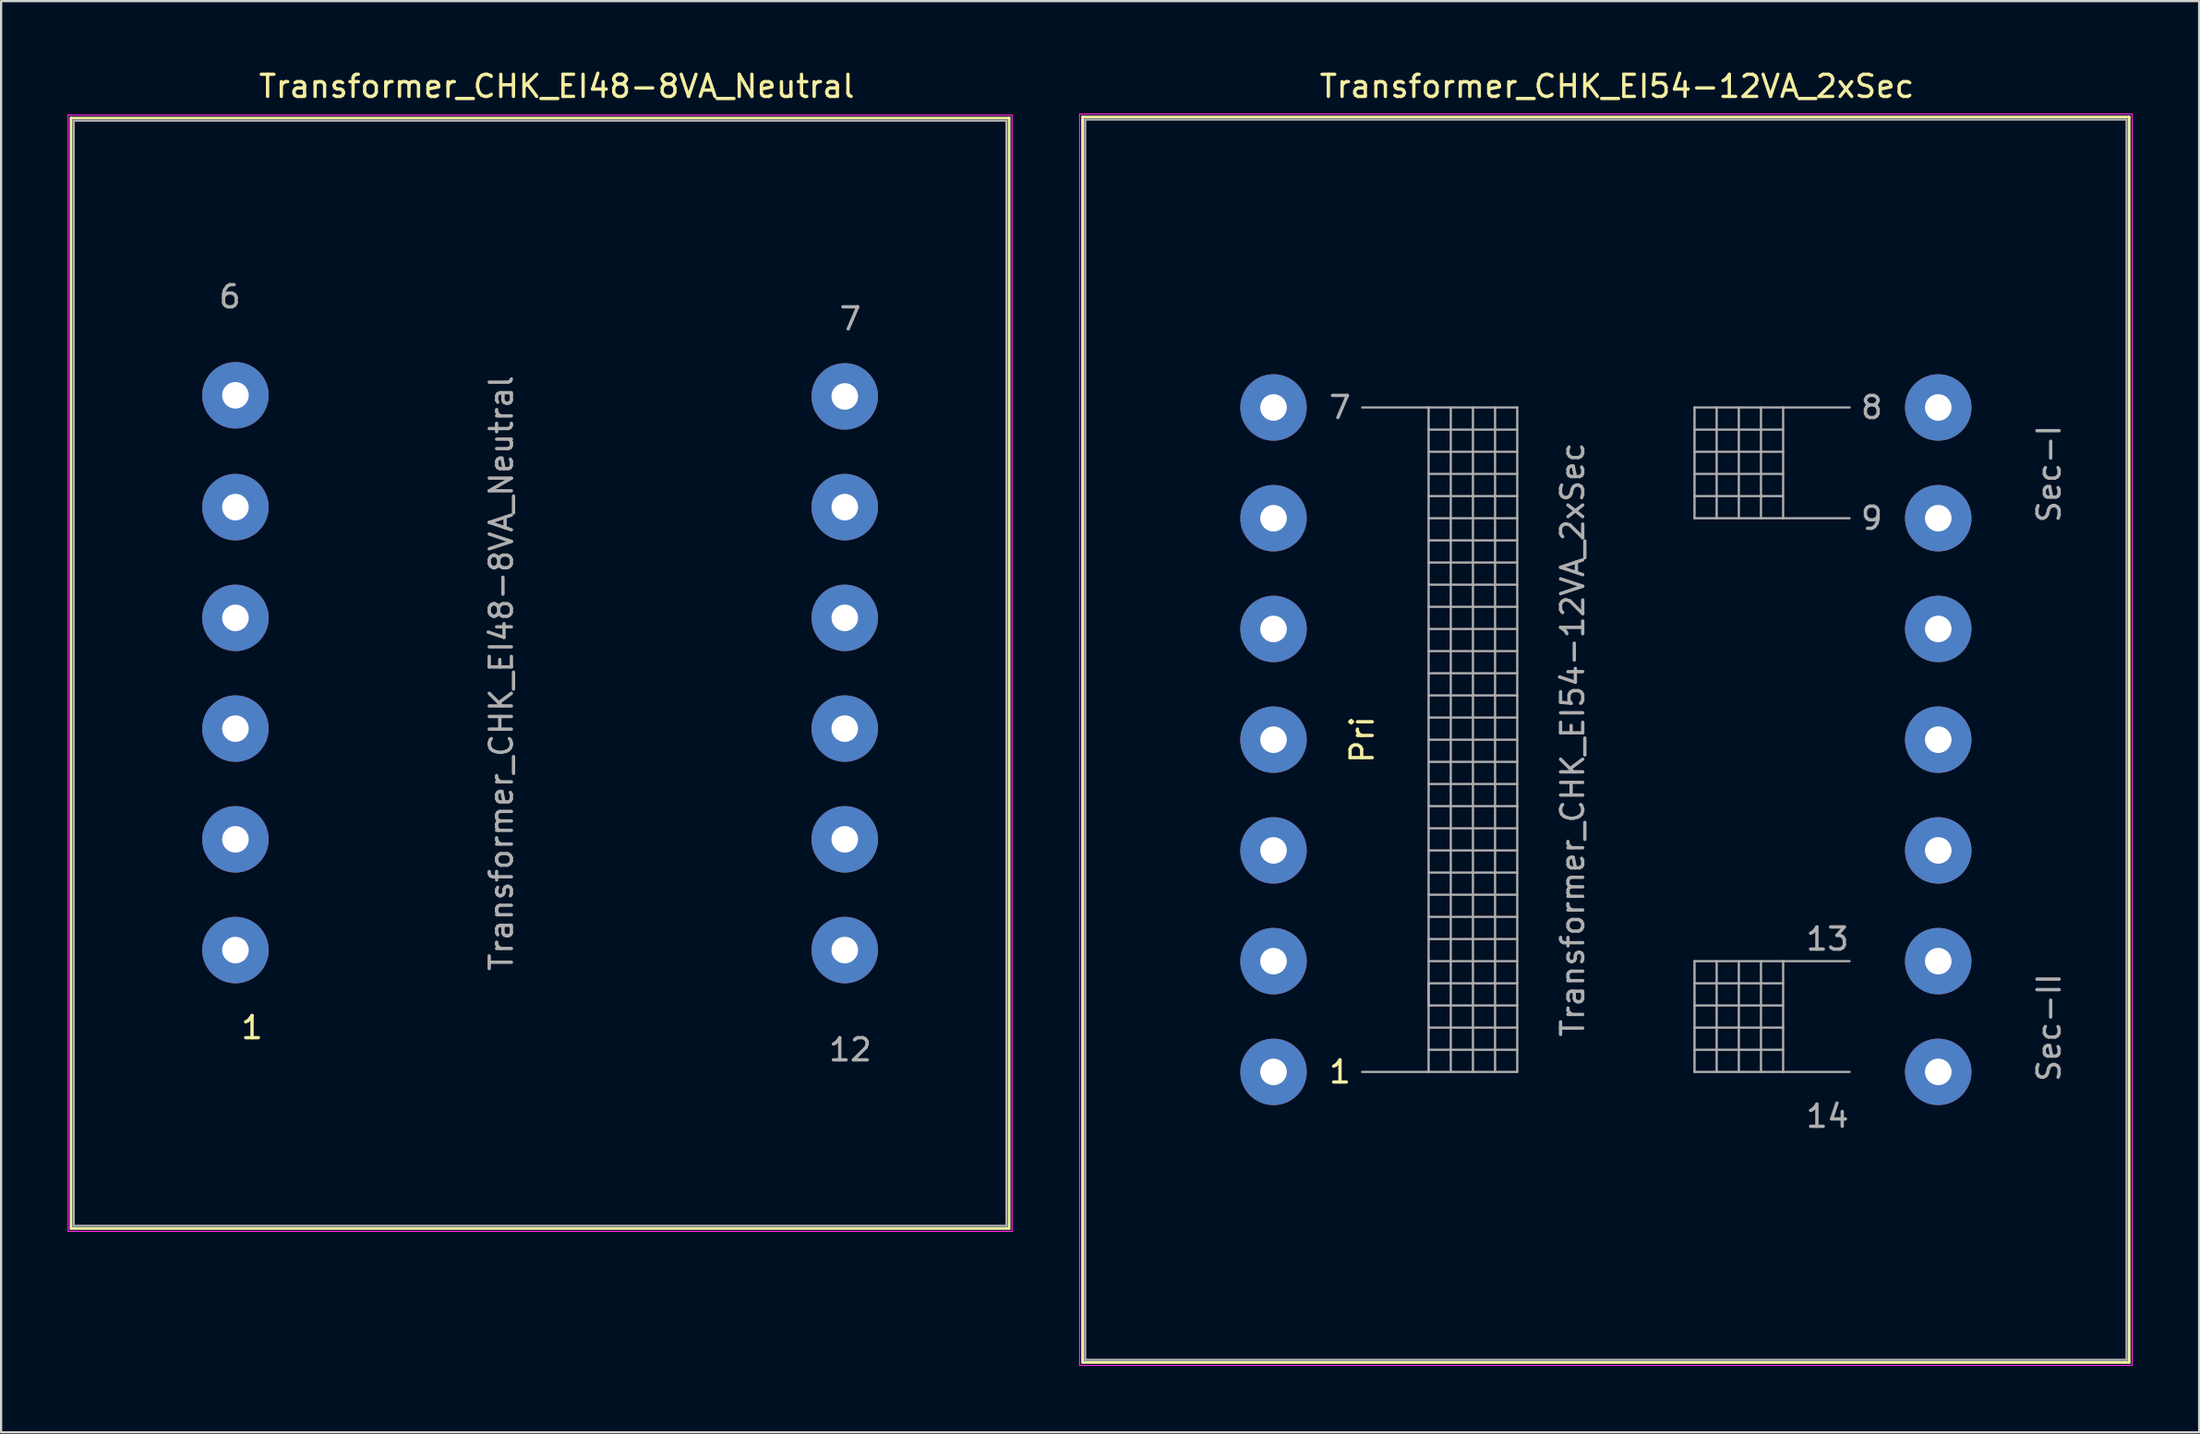
<source format=kicad_pcb>
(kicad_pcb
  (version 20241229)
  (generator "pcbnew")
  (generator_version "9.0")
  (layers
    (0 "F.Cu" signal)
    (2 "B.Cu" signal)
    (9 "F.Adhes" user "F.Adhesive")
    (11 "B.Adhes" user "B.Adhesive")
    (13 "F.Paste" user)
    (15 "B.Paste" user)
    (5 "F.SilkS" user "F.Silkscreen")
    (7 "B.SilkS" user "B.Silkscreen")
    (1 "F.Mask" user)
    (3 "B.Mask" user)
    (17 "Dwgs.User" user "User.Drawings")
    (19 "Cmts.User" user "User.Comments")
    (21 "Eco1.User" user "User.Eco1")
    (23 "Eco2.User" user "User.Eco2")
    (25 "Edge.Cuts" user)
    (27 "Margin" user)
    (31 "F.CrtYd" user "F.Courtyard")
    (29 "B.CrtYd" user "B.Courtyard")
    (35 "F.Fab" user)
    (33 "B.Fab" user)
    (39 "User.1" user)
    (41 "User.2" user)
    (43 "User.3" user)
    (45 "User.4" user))
  (footprint "Transformer_CHK_EI54-12VA_2xSec"
    (layer "F.Cu")
    (at 54.425 45.348)
    (property "Reference" "Transformer_CHK_EI54-12VA_2xSec" (at 15.5 -44.5 0) (layer "F.SilkS") (effects (font (size 1 1) (thickness 0.15))))
    (attr through_hole)
    (fp_line (start -8.62 -43.12) (end -8.62 13.12) (stroke (width 0.12) (type solid)) (layer "F.SilkS"))
    (fp_line (start -8.62 -43.12) (end 38.62 -43.12) (stroke (width 0.12) (type solid)) (layer "F.SilkS"))
    (fp_line (start 38.62 13.12) (end -8.62 13.12) (stroke (width 0.12) (type solid)) (layer "F.SilkS"))
    (fp_line (start 38.62 13.12) (end 38.62 -43.12) (stroke (width 0.12) (type solid)) (layer "F.SilkS"))
    (fp_line (start -8.75 -43.25) (end -8.75 13.25) (stroke (width 0.05) (type solid)) (layer "F.CrtYd"))
    (fp_line (start -8.75 -43.25) (end 38.75 -43.25) (stroke (width 0.05) (type solid)) (layer "F.CrtYd"))
    (fp_line (start 38.75 13.25) (end -8.75 13.25) (stroke (width 0.05) (type solid)) (layer "F.CrtYd"))
    (fp_line (start 38.75 13.25) (end 38.75 -43.25) (stroke (width 0.05) (type solid)) (layer "F.CrtYd"))
    (fp_line (start -8.5 -43) (end -8.5 13) (stroke (width 0.1) (type solid)) (layer "F.Fab"))
    (fp_line (start -8.5 13) (end 38.5 13) (stroke (width 0.1) (type solid)) (layer "F.Fab"))
    (fp_line (start 4 -30) (end 7 -30) (stroke (width 0.1) (type solid)) (layer "F.Fab"))
    (fp_line (start 7 -30) (end 7 0) (stroke (width 0.1) (type solid)) (layer "F.Fab"))
    (fp_line (start 7 -30) (end 11 -30) (stroke (width 0.1) (type solid)) (layer "F.Fab"))
    (fp_line (start 7 -29) (end 11 -29) (stroke (width 0.1) (type solid)) (layer "F.Fab"))
    (fp_line (start 7 -27) (end 11 -27) (stroke (width 0.1) (type solid)) (layer "F.Fab"))
    (fp_line (start 7 -25) (end 11 -25) (stroke (width 0.1) (type solid)) (layer "F.Fab"))
    (fp_line (start 7 -23) (end 11 -23) (stroke (width 0.1) (type solid)) (layer "F.Fab"))
    (fp_line (start 7 -21) (end 11 -21) (stroke (width 0.1) (type solid)) (layer "F.Fab"))
    (fp_line (start 7 -19) (end 11 -19) (stroke (width 0.1) (type solid)) (layer "F.Fab"))
    (fp_line (start 7 -17) (end 11 -17) (stroke (width 0.1) (type solid)) (layer "F.Fab"))
    (fp_line (start 7 -15) (end 11 -15) (stroke (width 0.1) (type solid)) (layer "F.Fab"))
    (fp_line (start 7 -13) (end 11 -13) (stroke (width 0.1) (type solid)) (layer "F.Fab"))
    (fp_line (start 7 -11) (end 11 -11) (stroke (width 0.1) (type solid)) (layer "F.Fab"))
    (fp_line (start 7 -9) (end 11 -9) (stroke (width 0.1) (type solid)) (layer "F.Fab"))
    (fp_line (start 7 -7) (end 11 -7) (stroke (width 0.1) (type solid)) (layer "F.Fab"))
    (fp_line (start 7 -5) (end 11 -5) (stroke (width 0.1) (type solid)) (layer "F.Fab"))
    (fp_line (start 7 -4) (end 7 -3) (stroke (width 0.1) (type solid)) (layer "F.Fab"))
    (fp_line (start 7 -3) (end 11 -3) (stroke (width 0.1) (type solid)) (layer "F.Fab"))
    (fp_line (start 7 -1) (end 11 -1) (stroke (width 0.1) (type solid)) (layer "F.Fab"))
    (fp_line (start 7 0) (end 4 0) (stroke (width 0.1) (type solid)) (layer "F.Fab"))
    (fp_line (start 8 -30) (end 8 0) (stroke (width 0.1) (type solid)) (layer "F.Fab"))
    (fp_line (start 9 -30) (end 9 0) (stroke (width 0.1) (type solid)) (layer "F.Fab"))
    (fp_line (start 10 -12) (end 7 -12) (stroke (width 0.1) (type solid)) (layer "F.Fab"))
    (fp_line (start 10 -12) (end 11 -12) (stroke (width 0.1) (type solid)) (layer "F.Fab"))
    (fp_line (start 10 0) (end 10 -30) (stroke (width 0.1) (type solid)) (layer "F.Fab"))
    (fp_line (start 11 -30) (end 11 0) (stroke (width 0.1) (type solid)) (layer "F.Fab"))
    (fp_line (start 11 -28) (end 7 -28) (stroke (width 0.1) (type solid)) (layer "F.Fab"))
    (fp_line (start 11 -26) (end 7 -26) (stroke (width 0.1) (type solid)) (layer "F.Fab"))
    (fp_line (start 11 -24) (end 7 -24) (stroke (width 0.1) (type solid)) (layer "F.Fab"))
    (fp_line (start 11 -22) (end 7 -22) (stroke (width 0.1) (type solid)) (layer "F.Fab"))
    (fp_line (start 11 -20) (end 7 -20) (stroke (width 0.1) (type solid)) (layer "F.Fab"))
    (fp_line (start 11 -18) (end 7 -18) (stroke (width 0.1) (type solid)) (layer "F.Fab"))
    (fp_line (start 11 -16) (end 7 -16) (stroke (width 0.1) (type solid)) (layer "F.Fab"))
    (fp_line (start 11 -14) (end 7 -14) (stroke (width 0.1) (type solid)) (layer "F.Fab"))
    (fp_line (start 11 -10) (end 7 -10) (stroke (width 0.1) (type solid)) (layer "F.Fab"))
    (fp_line (start 11 -8) (end 7 -8) (stroke (width 0.1) (type solid)) (layer "F.Fab"))
    (fp_line (start 11 -6) (end 7 -6) (stroke (width 0.1) (type solid)) (layer "F.Fab"))
    (fp_line (start 11 -4) (end 7 -4) (stroke (width 0.1) (type solid)) (layer "F.Fab"))
    (fp_line (start 11 -2) (end 7 -2) (stroke (width 0.1) (type solid)) (layer "F.Fab"))
    (fp_line (start 11 0) (end 7 0) (stroke (width 0.1) (type solid)) (layer "F.Fab"))
    (fp_line (start 19 -30) (end 19 -25) (stroke (width 0.1) (type solid)) (layer "F.Fab"))
    (fp_line (start 19 -29) (end 23 -29) (stroke (width 0.1) (type solid)) (layer "F.Fab"))
    (fp_line (start 19 -27) (end 23 -27) (stroke (width 0.1) (type solid)) (layer "F.Fab"))
    (fp_line (start 19 -25) (end 23 -25) (stroke (width 0.1) (type solid)) (layer "F.Fab"))
    (fp_line (start 19 -5) (end 19 0) (stroke (width 0.1) (type solid)) (layer "F.Fab"))
    (fp_line (start 19 -4) (end 23 -4) (stroke (width 0.1) (type solid)) (layer "F.Fab"))
    (fp_line (start 19 -2) (end 23 -2) (stroke (width 0.1) (type solid)) (layer "F.Fab"))
    (fp_line (start 19 0) (end 23 0) (stroke (width 0.1) (type solid)) (layer "F.Fab"))
    (fp_line (start 20 -30) (end 20 -25) (stroke (width 0.1) (type solid)) (layer "F.Fab"))
    (fp_line (start 20 -5) (end 20 0) (stroke (width 0.1) (type solid)) (layer "F.Fab"))
    (fp_line (start 21 -30) (end 21 -25) (stroke (width 0.1) (type solid)) (layer "F.Fab"))
    (fp_line (start 21 -5) (end 21 0) (stroke (width 0.1) (type solid)) (layer "F.Fab"))
    (fp_line (start 22 -30) (end 22 -25) (stroke (width 0.1) (type solid)) (layer "F.Fab"))
    (fp_line (start 22 -5) (end 22 0) (stroke (width 0.1) (type solid)) (layer "F.Fab"))
    (fp_line (start 23 -30) (end 19 -30) (stroke (width 0.1) (type solid)) (layer "F.Fab"))
    (fp_line (start 23 -30) (end 23 -25) (stroke (width 0.1) (type solid)) (layer "F.Fab"))
    (fp_line (start 23 -28) (end 19 -28) (stroke (width 0.1) (type solid)) (layer "F.Fab"))
    (fp_line (start 23 -26) (end 19 -26) (stroke (width 0.1) (type solid)) (layer "F.Fab"))
    (fp_line (start 23 -25) (end 26 -25) (stroke (width 0.1) (type solid)) (layer "F.Fab"))
    (fp_line (start 23 -5) (end 19 -5) (stroke (width 0.1) (type solid)) (layer "F.Fab"))
    (fp_line (start 23 -5) (end 23 0) (stroke (width 0.1) (type solid)) (layer "F.Fab"))
    (fp_line (start 23 -3) (end 19 -3) (stroke (width 0.1) (type solid)) (layer "F.Fab"))
    (fp_line (start 23 -1) (end 19 -1) (stroke (width 0.1) (type solid)) (layer "F.Fab"))
    (fp_line (start 23 0) (end 26 0) (stroke (width 0.1) (type solid)) (layer "F.Fab"))
    (fp_line (start 26 -30) (end 23 -30) (stroke (width 0.1) (type solid)) (layer "F.Fab"))
    (fp_line (start 26 -5) (end 23 -5) (stroke (width 0.1) (type solid)) (layer "F.Fab"))
    (fp_line (start 38.5 -43) (end -8.5 -43) (stroke (width 0.1) (type solid)) (layer "F.Fab"))
    (fp_line (start 38.5 13) (end 38.5 -43) (stroke (width 0.1) (type solid)) (layer "F.Fab"))
    (fp_text user "1" (at 3 0 0) (layer "F.SilkS") (effects (font (size 1 1) (thickness 0.15))))
    (fp_text user "Pri" (at 4 -15 90) (layer "F.SilkS") (effects (font (size 1 1) (thickness 0.15))))
    (fp_text user "9" (at 27 -25 0) (layer "F.Fab") (effects (font (size 1 1) (thickness 0.15))))
    (fp_text user "13" (at 25 -6 0) (layer "F.Fab") (effects (font (size 1 1) (thickness 0.15))))
    (fp_text user "8" (at 27 -30 0) (layer "F.Fab") (effects (font (size 1 1) (thickness 0.15))))
    (fp_text user "7" (at 3 -30 0) (layer "F.Fab") (effects (font (size 1 1) (thickness 0.15))))
    (fp_text user "Sec-II" (at 35 -2 90) (layer "F.Fab") (effects (font (size 1 1) (thickness 0.15))))
    (fp_text user "${REFERENCE}" (at 13.5 -15 90) (layer "F.Fab") (effects (font (size 1 1) (thickness 0.15))))
    (fp_text user "14" (at 25 2 0) (layer "F.Fab") (effects (font (size 1 1) (thickness 0.15))))
    (fp_text user "Sec-I" (at 35 -27 90) (layer "F.Fab") (effects (font (size 1 1) (thickness 0.15))))
    (pad "1" thru_hole circle (at 0 0) (size 3 3) (drill 1.2) (layers "*.Cu" "*.Mask"))
    (pad "2" thru_hole circle (at 0 -5) (size 3 3) (drill 1.2) (layers "*.Cu" "*.Mask"))
    (pad "3" thru_hole circle (at 0 -10) (size 3 3) (drill 1.2) (layers "*.Cu" "*.Mask"))
    (pad "4" thru_hole circle (at 0 -15) (size 3 3) (drill 1.2) (layers "*.Cu" "*.Mask"))
    (pad "5" thru_hole circle (at 0 -20) (size 3 3) (drill 1.2) (layers "*.Cu" "*.Mask"))
    (pad "6" thru_hole circle (at 0 -25) (size 3 3) (drill 1.2) (layers "*.Cu" "*.Mask"))
    (pad "7" thru_hole circle (at 0 -30) (size 3 3) (drill 1.2) (layers "*.Cu" "*.Mask"))
    (pad "8" thru_hole circle (at 30 -30) (size 3 3) (drill 1.2) (layers "*.Cu" "*.Mask"))
    (pad "9" thru_hole circle (at 30 -25) (size 3 3) (drill 1.2) (layers "*.Cu" "*.Mask"))
    (pad "10" thru_hole circle (at 30 -20) (size 3 3) (drill 1.2) (layers "*.Cu" "*.Mask"))
    (pad "11" thru_hole circle (at 30 -15) (size 3 3) (drill 1.2) (layers "*.Cu" "*.Mask"))
    (pad "12" thru_hole circle (at 30 -10) (size 3 3) (drill 1.2) (layers "*.Cu" "*.Mask"))
    (pad "13" thru_hole circle (at 30 -5) (size 3 3) (drill 1.2) (layers "*.Cu" "*.Mask"))
    (pad "14" thru_hole circle (at 30 0) (size 3 3) (drill 1.2) (layers "*.Cu" "*.Mask")))
  (footprint "Transformer_CHK_EI48-8VA_Neutral"
    (layer "F.Cu")
    (at 7.575 39.848)
    (property "Reference" "Transformer_CHK_EI48-8VA_Neutral" (at 14.5 -39 0) (layer "F.SilkS") (effects (font (size 1 1) (thickness 0.15))))
    (attr through_hole)
    (fp_line (start -7.42 -37.57) (end -7.42 12.57) (stroke (width 0.12) (type solid)) (layer "F.SilkS"))
    (fp_line (start -7.42 -37.57) (end 34.92 -37.57) (stroke (width 0.12) (type solid)) (layer "F.SilkS"))
    (fp_line (start 34.92 12.57) (end -7.42 12.57) (stroke (width 0.12) (type solid)) (layer "F.SilkS"))
    (fp_line (start 34.92 12.57) (end 34.92 -37.57) (stroke (width 0.12) (type solid)) (layer "F.SilkS"))
    (fp_line (start -7.55 -37.7) (end -7.55 12.7) (stroke (width 0.05) (type solid)) (layer "F.CrtYd"))
    (fp_line (start -7.55 -37.7) (end 35.05 -37.7) (stroke (width 0.05) (type solid)) (layer "F.CrtYd"))
    (fp_line (start 35.05 12.7) (end -7.55 12.7) (stroke (width 0.05) (type solid)) (layer "F.CrtYd"))
    (fp_line (start 35.05 12.7) (end 35.05 -37.7) (stroke (width 0.05) (type solid)) (layer "F.CrtYd"))
    (fp_line (start -7.3 -37.45) (end 34.8 -37.45) (stroke (width 0.1) (type solid)) (layer "F.Fab"))
    (fp_line (start -7.3 12.45) (end -7.3 -37.45) (stroke (width 0.1) (type solid)) (layer "F.Fab"))
    (fp_line (start 34.8 -37.45) (end 34.8 12.45) (stroke (width 0.1) (type solid)) (layer "F.Fab"))
    (fp_line (start 34.8 12.45) (end -7.3 12.45) (stroke (width 0.1) (type solid)) (layer "F.Fab"))
    (fp_text user "1" (at 0.75 3.5 0) (layer "F.SilkS") (effects (font (size 1 1) (thickness 0.15))))
    (fp_text user "${REFERENCE}" (at 12 -12.5 90) (layer "F.Fab") (effects (font (size 1 1) (thickness 0.15))))
    (fp_text user "12" (at 27.75 4.5 0) (layer "F.Fab") (effects (font (size 1 1) (thickness 0.15))))
    (fp_text user "6" (at -0.25 -29.5 0) (layer "F.Fab") (effects (font (size 1 1) (thickness 0.15))))
    (fp_text user "7" (at 27.75 -28.5 0) (layer "F.Fab") (effects (font (size 1 1) (thickness 0.15))))
    (pad "1" thru_hole circle (at 0 0) (size 3 3) (drill 1.2) (layers "*.Cu" "*.Mask"))
    (pad "2" thru_hole circle (at 0 -5) (size 3 3) (drill 1.2) (layers "*.Cu" "*.Mask"))
    (pad "3" thru_hole circle (at 0 -10) (size 3 3) (drill 1.2) (layers "*.Cu" "*.Mask"))
    (pad "4" thru_hole circle (at 0 -15) (size 3 3) (drill 1.2) (layers "*.Cu" "*.Mask"))
    (pad "5" thru_hole circle (at 0 -20) (size 3 3) (drill 1.2) (layers "*.Cu" "*.Mask"))
    (pad "6" thru_hole circle (at 0 -25.05) (size 3 3) (drill 1.2) (layers "*.Cu" "*.Mask"))
    (pad "7" thru_hole circle (at 27.5 -25) (size 3 3) (drill 1.2) (layers "*.Cu" "*.Mask"))
    (pad "8" thru_hole circle (at 27.5 -20) (size 3 3) (drill 1.2) (layers "*.Cu" "*.Mask"))
    (pad "9" thru_hole circle (at 27.5 -15) (size 3 3) (drill 1.2) (layers "*.Cu" "*.Mask"))
    (pad "10" thru_hole circle (at 27.5 -10) (size 3 3) (drill 1.2) (layers "*.Cu" "*.Mask"))
    (pad "11" thru_hole circle (at 27.5 -5) (size 3 3) (drill 1.2) (layers "*.Cu" "*.Mask"))
    (pad "12" thru_hole circle (at 27.5 0) (size 3 3) (drill 1.2) (layers "*.Cu" "*.Mask")))
  (gr_rect
    (start -3 -3)
    (end 96.2 61.623)
    (stroke (width 0.1) (type default))
    (fill no)
    (layer "Edge.Cuts")))
</source>
